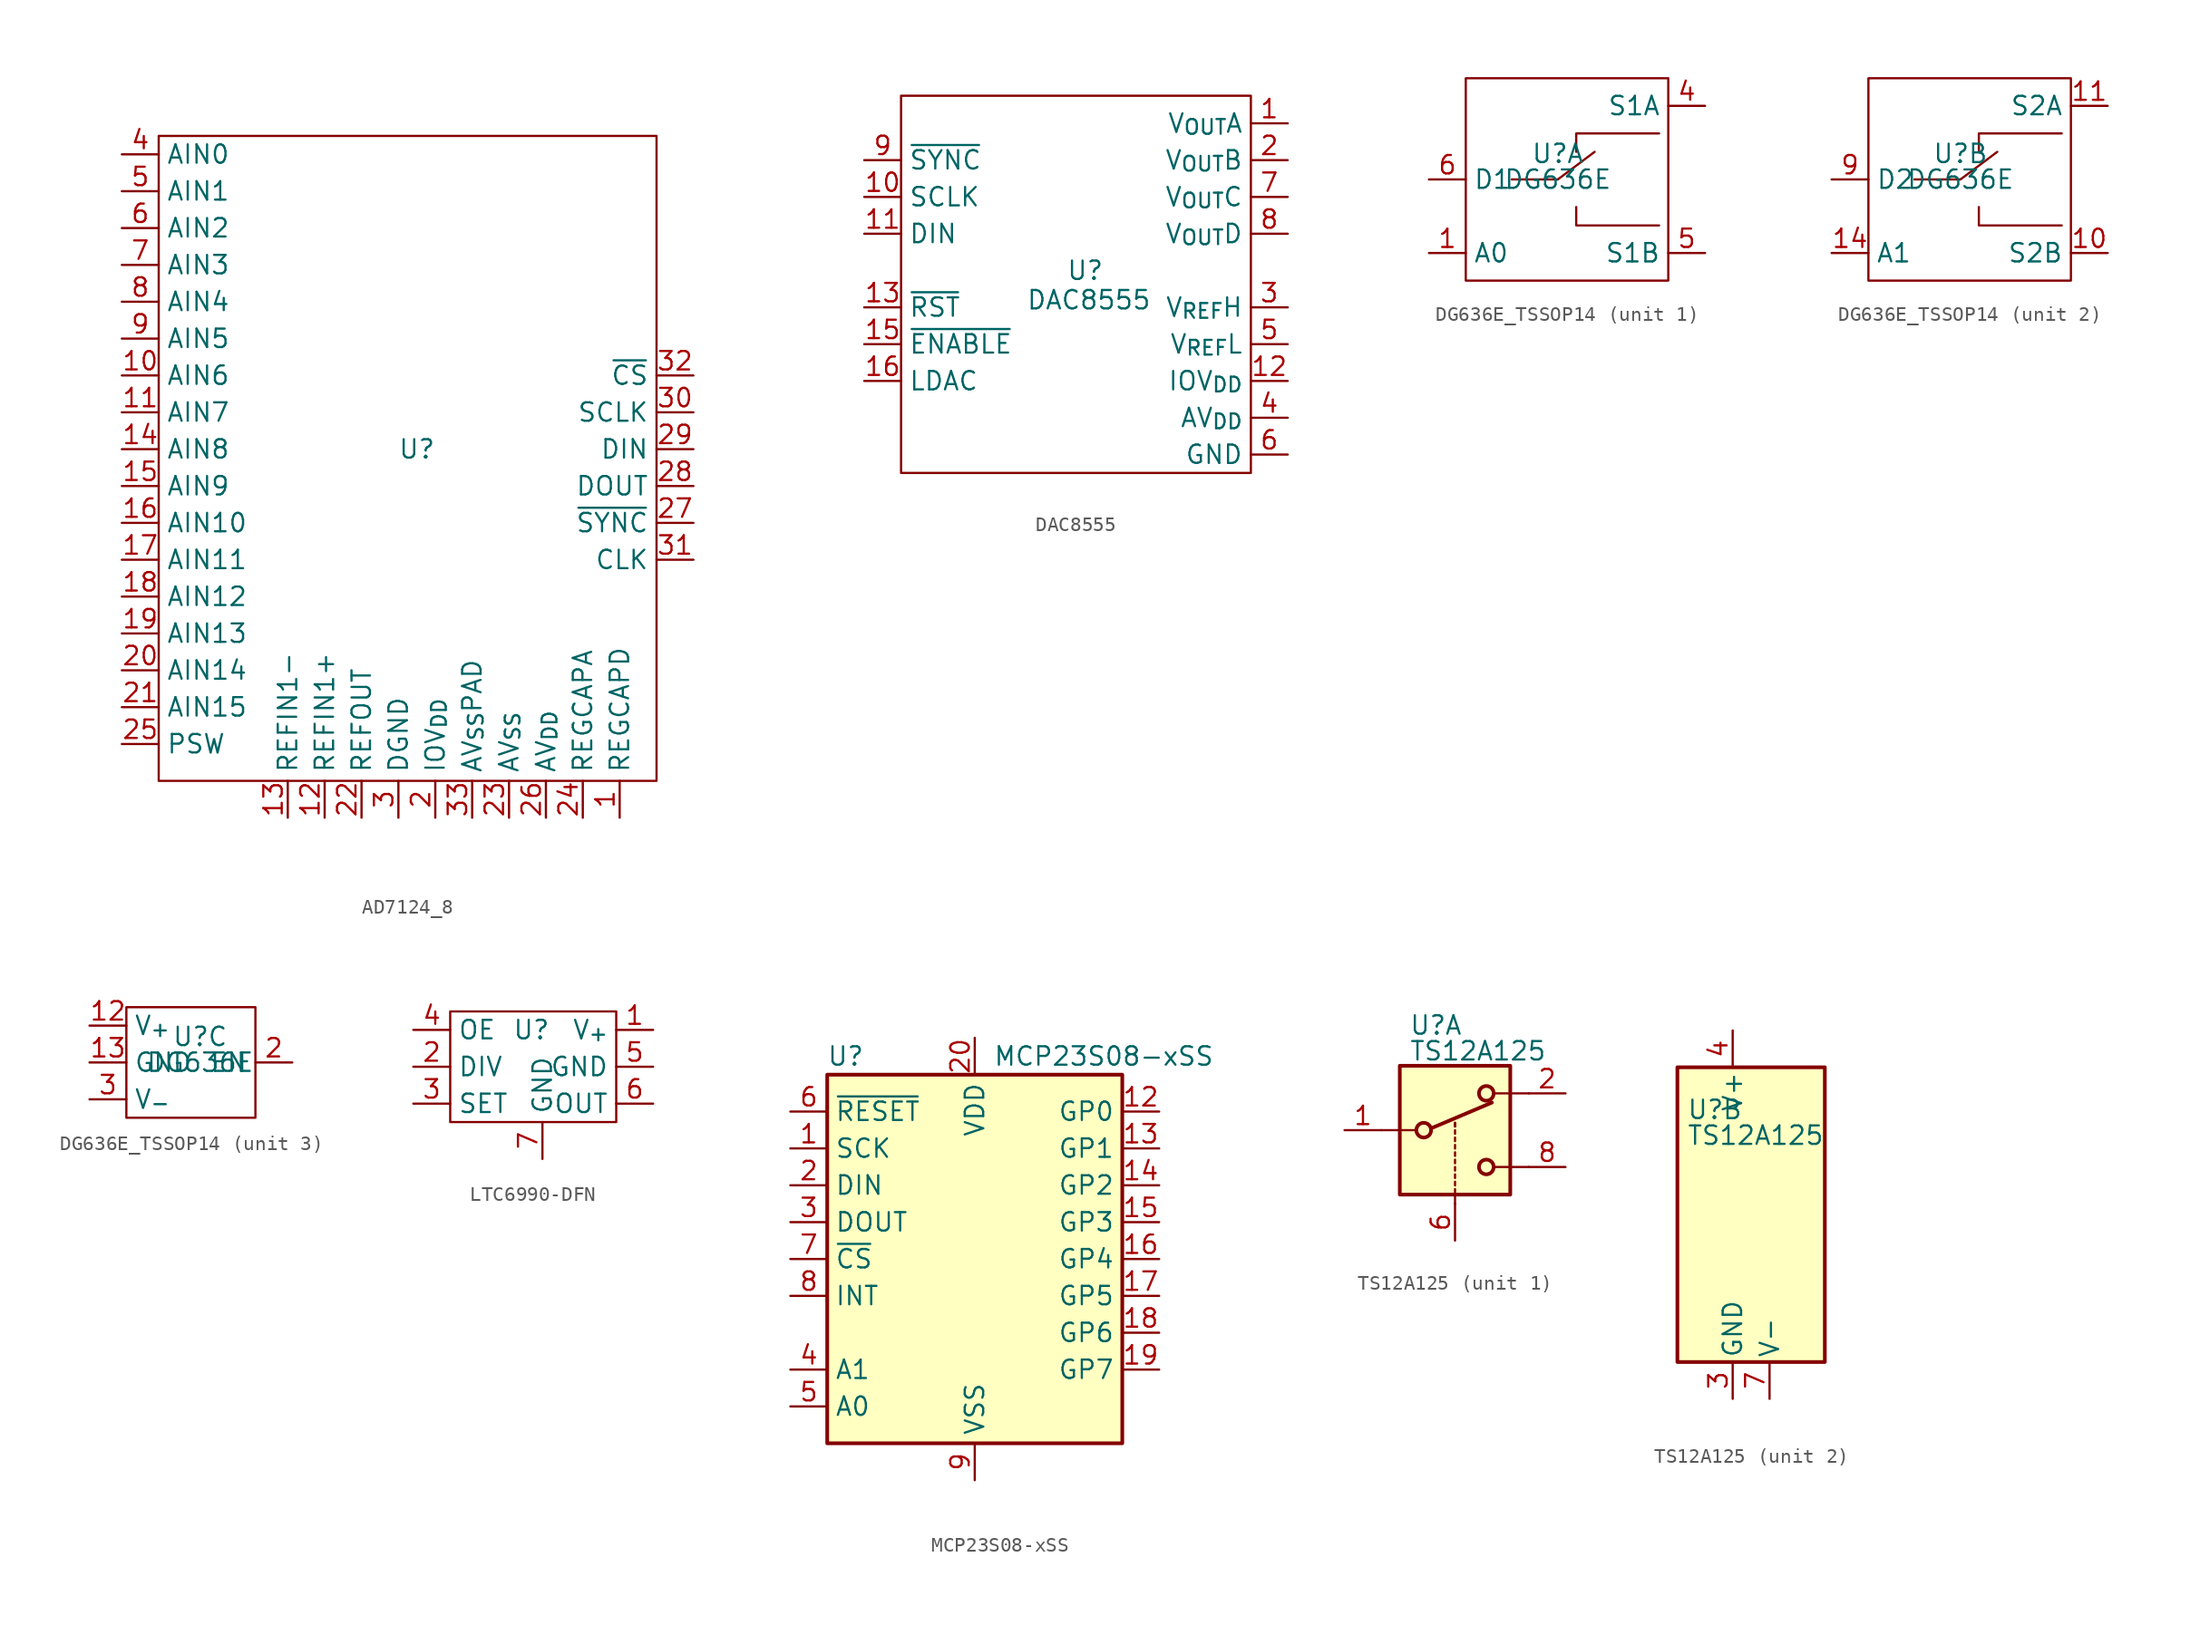
<source format=kicad_sym>
(kicad_symbol_lib
  (version 20241209)
  (generator "kicad_symbol_editor")
  (generator_version "9.0")
  (symbol "AD7124_8"
    (property "Reference" "U"
      (at 0 0 0)
      (effects (font (size 1.27 1.27))))
    (property "Value" ""
      (at 0 0 0)
      (effects (font (size 1.27 1.27))))
    (symbol "AD7124_8_0_1"
      (rectangle (start -17.78 21.59) (end 16.51 -22.86) (stroke (width 0) (type default)) (fill (type none))))
    (symbol "AD7124_8_1_1"
      (pin input line (at -20.32 20.32 0) (length 2.54) (name "AIN0" (effects (font (size 1.27 1.27)))) (number "4" (effects (font (size 1.27 1.27)))))
      (pin input line (at -20.32 17.78 0) (length 2.54) (name "AIN1" (effects (font (size 1.27 1.27)))) (number "5" (effects (font (size 1.27 1.27)))))
      (pin input line (at -20.32 15.24 0) (length 2.54) (name "AIN2" (effects (font (size 1.27 1.27)))) (number "6" (effects (font (size 1.27 1.27)))))
      (pin input line (at -20.32 12.7 0) (length 2.54) (name "AIN3" (effects (font (size 1.27 1.27)))) (number "7" (effects (font (size 1.27 1.27)))))
      (pin input line (at -20.32 10.16 0) (length 2.54) (name "AIN4" (effects (font (size 1.27 1.27)))) (number "8" (effects (font (size 1.27 1.27)))))
      (pin input line (at -20.32 7.62 0) (length 2.54) (name "AIN5" (effects (font (size 1.27 1.27)))) (number "9" (effects (font (size 1.27 1.27)))))
      (pin input line (at -20.32 5.08 0) (length 2.54) (name "AIN6" (effects (font (size 1.27 1.27)))) (number "10" (effects (font (size 1.27 1.27)))))
      (pin input line (at -20.32 2.54 0) (length 2.54) (name "AIN7" (effects (font (size 1.27 1.27)))) (number "11" (effects (font (size 1.27 1.27)))))
      (pin input line (at -20.32 0 0) (length 2.54) (name "AIN8" (effects (font (size 1.27 1.27)))) (number "14" (effects (font (size 1.27 1.27)))))
      (pin input line (at -20.32 -2.54 0) (length 2.54) (name "AIN9" (effects (font (size 1.27 1.27)))) (number "15" (effects (font (size 1.27 1.27)))))
      (pin input line (at -20.32 -5.08 0) (length 2.54) (name "AIN10" (effects (font (size 1.27 1.27)))) (number "16" (effects (font (size 1.27 1.27)))))
      (pin input line (at -20.32 -7.62 0) (length 2.54) (name "AIN11" (effects (font (size 1.27 1.27)))) (number "17" (effects (font (size 1.27 1.27)))))
      (pin input line (at -20.32 -10.16 0) (length 2.54) (name "AIN12" (effects (font (size 1.27 1.27)))) (number "18" (effects (font (size 1.27 1.27)))))
      (pin input line (at -20.32 -12.7 0) (length 2.54) (name "AIN13" (effects (font (size 1.27 1.27)))) (number "19" (effects (font (size 1.27 1.27)))))
      (pin input line (at -20.32 -15.24 0) (length 2.54) (name "AIN14" (effects (font (size 1.27 1.27)))) (number "20" (effects (font (size 1.27 1.27)))))
      (pin input line (at -20.32 -17.78 0) (length 2.54) (name "AIN15" (effects (font (size 1.27 1.27)))) (number "21" (effects (font (size 1.27 1.27)))))
      (pin input line (at -20.32 -20.32 0) (length 2.54) (name "PSW" (effects (font (size 1.27 1.27)))) (number "25" (effects (font (size 1.27 1.27)))))
      (pin input line (at -8.89 -25.4 90) (length 2.54) (name "REFIN1-" (effects (font (size 1.27 1.27)))) (number "13" (effects (font (size 1.27 1.27)))))
      (pin input line (at -6.35 -25.4 90) (length 2.54) (name "REFIN1+" (effects (font (size 1.27 1.27)))) (number "12" (effects (font (size 1.27 1.27)))))
      (pin input line (at -3.81 -25.4 90) (length 2.54) (name "REFOUT" (effects (font (size 1.27 1.27)))) (number "22" (effects (font (size 1.27 1.27)))))
      (pin input line (at -1.27 -25.4 90) (length 2.54) (name "DGND" (effects (font (size 1.27 1.27)))) (number "3" (effects (font (size 1.27 1.27)))))
      (pin input line (at 1.27 -25.4 90) (length 2.54) (name "IOV_{DD}" (effects (font (size 1.27 1.27)))) (number "2" (effects (font (size 1.27 1.27)))))
      (pin input line (at 3.81 -25.4 90) (length 2.54) (name "AV_{SS}PAD" (effects (font (size 1.27 1.27)))) (number "33" (effects (font (size 1.27 1.27)))))
      (pin input line (at 6.35 -25.4 90) (length 2.54) (name "AV_{SS}" (effects (font (size 1.27 1.27)))) (number "23" (effects (font (size 1.27 1.27)))))
      (pin input line (at 8.89 -25.4 90) (length 2.54) (name "AV_{DD}" (effects (font (size 1.27 1.27)))) (number "26" (effects (font (size 1.27 1.27)))))
      (pin input line (at 11.43 -25.4 90) (length 2.54) (name "REGCAPA" (effects (font (size 1.27 1.27)))) (number "24" (effects (font (size 1.27 1.27)))))
      (pin input line (at 13.97 -25.4 90) (length 2.54) (name "REGCAPD" (effects (font (size 1.27 1.27)))) (number "1" (effects (font (size 1.27 1.27)))))
      (pin input line (at 19.05 5.08 180) (length 2.54) (name "~{CS}" (effects (font (size 1.27 1.27)))) (number "32" (effects (font (size 1.27 1.27)))))
      (pin input line (at 19.05 2.54 180) (length 2.54) (name "SCLK" (effects (font (size 1.27 1.27)))) (number "30" (effects (font (size 1.27 1.27)))))
      (pin input line (at 19.05 0 180) (length 2.54) (name "DIN" (effects (font (size 1.27 1.27)))) (number "29" (effects (font (size 1.27 1.27)))))
      (pin input line (at 19.05 -2.54 180) (length 2.54) (name "DOUT" (effects (font (size 1.27 1.27)))) (number "28" (effects (font (size 1.27 1.27)))))
      (pin input line (at 19.05 -5.08 180) (length 2.54) (name "~{SYNC}" (effects (font (size 1.27 1.27)))) (number "27" (effects (font (size 1.27 1.27)))))
      (pin input line (at 19.05 -7.62 180) (length 2.54) (name "CLK" (effects (font (size 1.27 1.27)))) (number "31" (effects (font (size 1.27 1.27)))))))
  (symbol "DAC8555"
    (property "Reference" "U"
      (at 0 0 0)
      (effects (font (size 1.27 1.27))))
    (property "Value" "DAC8555"
      (at 0.254 -2.032 0)
      (effects (font (size 1.27 1.27))))
    (symbol "DAC8555_0_1"
      (rectangle (start 11.43 12.065) (end -12.7 -13.97) (stroke (width 0) (type default)) (fill (type none))))
    (symbol "DAC8555_1_1"
      (pin input line (at -15.24 7.62 0) (length 2.54) (name "~{SYNC}" (effects (font (size 1.27 1.27)))) (number "9" (effects (font (size 1.27 1.27)))))
      (pin input line (at -15.24 5.08 0) (length 2.54) (name "SCLK" (effects (font (size 1.27 1.27)))) (number "10" (effects (font (size 1.27 1.27)))))
      (pin input line (at -15.24 2.54 0) (length 2.54) (name "DIN" (effects (font (size 1.27 1.27)))) (number "11" (effects (font (size 1.27 1.27)))))
      (pin input line (at -15.24 -2.54 0) (length 2.54) (name "~{RST}" (effects (font (size 1.27 1.27)))) (number "13" (effects (font (size 1.27 1.27)))))
      (pin input line (at -15.24 -5.08 0) (length 2.54) (name "~{ENABLE}" (effects (font (size 1.27 1.27)))) (number "15" (effects (font (size 1.27 1.27)))))
      (pin input line (at -15.24 -7.62 0) (length 2.54) (name "LDAC" (effects (font (size 1.27 1.27)))) (number "16" (effects (font (size 1.27 1.27)))))
      (pin input line (at 13.97 10.16 180) (length 2.54) (name "V_{OUT}A" (effects (font (size 1.27 1.27)))) (number "1" (effects (font (size 1.27 1.27)))))
      (pin input line (at 13.97 7.62 180) (length 2.54) (name "V_{OUT}B" (effects (font (size 1.27 1.27)))) (number "2" (effects (font (size 1.27 1.27)))))
      (pin input line (at 13.97 5.08 180) (length 2.54) (name "V_{OUT}C" (effects (font (size 1.27 1.27)))) (number "7" (effects (font (size 1.27 1.27)))))
      (pin input line (at 13.97 2.54 180) (length 2.54) (name "V_{OUT}D" (effects (font (size 1.27 1.27)))) (number "8" (effects (font (size 1.27 1.27)))))
      (pin input line (at 13.97 -2.54 180) (length 2.54) (name "V_{REF}H" (effects (font (size 1.27 1.27)))) (number "3" (effects (font (size 1.27 1.27)))))
      (pin input line (at 13.97 -5.08 180) (length 2.54) (name "V_{REF}L" (effects (font (size 1.27 1.27)))) (number "5" (effects (font (size 1.27 1.27)))))
      (pin input line (at 13.97 -7.62 180) (length 2.54) (name "IOV_{DD}" (effects (font (size 1.27 1.27)))) (number "12" (effects (font (size 1.27 1.27)))))
      (pin input line (at 13.97 -10.16 180) (length 2.54) (name "AV_{DD}" (effects (font (size 1.27 1.27)))) (number "4" (effects (font (size 1.27 1.27)))))
      (pin input line (at 13.97 -12.7 180) (length 2.54) (name "GND" (effects (font (size 1.27 1.27)))) (number "6" (effects (font (size 1.27 1.27)))))))
  (symbol "DG636E_TSSOP14"
    (property "Reference" "U"
      (at 0 1.778 0)
      (effects (font (size 1.27 1.27))))
    (property "Value" "DG636E"
      (at 0 0 0)
      (effects (font (size 1.27 1.27))))
    (property "ki_locked" ""
      (at 0 0 0)
      (effects (font (size 1.27 1.27))))
    (symbol "DG636E_TSSOP14_1_1"
      (rectangle (start -6.35 6.985) (end 7.62 -6.985) (stroke (width 0) (type default)) (fill (type none)))
      (polyline (pts (xy -3.175 0) (xy 0 0)) (stroke (width 0) (type default)) (fill (type none)))
      (polyline (pts (xy 0 0) (xy 2.54 1.905)) (stroke (width 0) (type default)) (fill (type none)))
      (polyline (pts (xy 1.27 1.905) (xy 1.27 3.175) (xy 6.985 3.175)) (stroke (width 0) (type default)) (fill (type none)))
      (polyline (pts (xy 1.27 -1.905) (xy 1.27 -3.175) (xy 6.985 -3.175)) (stroke (width 0) (type default)) (fill (type none)))
      (pin input line (at -8.89 0 0) (length 2.54) (name "D1" (effects (font (size 1.27 1.27)))) (number "6" (effects (font (size 1.27 1.27)))))
      (pin input line (at -8.89 -5.08 0) (length 2.54) (name "A0" (effects (font (size 1.27 1.27)))) (number "1" (effects (font (size 1.27 1.27)))))
      (pin input line (at 10.16 5.08 180) (length 2.54) (name "S1A" (effects (font (size 1.27 1.27)))) (number "4" (effects (font (size 1.27 1.27)))))
      (pin input line (at 10.16 -5.08 180) (length 2.54) (name "S1B" (effects (font (size 1.27 1.27)))) (number "5" (effects (font (size 1.27 1.27))))))
    (symbol "DG636E_TSSOP14_2_1"
      (rectangle (start -6.35 6.985) (end 7.62 -6.985) (stroke (width 0) (type default)) (fill (type none)))
      (polyline (pts (xy -3.175 0) (xy 0 0)) (stroke (width 0) (type default)) (fill (type none)))
      (polyline (pts (xy 0 0) (xy 2.54 1.905)) (stroke (width 0) (type default)) (fill (type none)))
      (polyline (pts (xy 1.27 1.905) (xy 1.27 3.175) (xy 6.985 3.175)) (stroke (width 0) (type default)) (fill (type none)))
      (polyline (pts (xy 1.27 -1.905) (xy 1.27 -3.175) (xy 6.985 -3.175)) (stroke (width 0) (type default)) (fill (type none)))
      (pin input line (at -8.89 0 0) (length 2.54) (name "D2" (effects (font (size 1.27 1.27)))) (number "9" (effects (font (size 1.27 1.27)))))
      (pin input line (at -8.89 -5.08 0) (length 2.54) (name "A1" (effects (font (size 1.27 1.27)))) (number "14" (effects (font (size 1.27 1.27)))))
      (pin input line (at 10.16 5.08 180) (length 2.54) (name "S2A" (effects (font (size 1.27 1.27)))) (number "11" (effects (font (size 1.27 1.27)))))
      (pin input line (at 10.16 -5.08 180) (length 2.54) (name "S2B" (effects (font (size 1.27 1.27)))) (number "10" (effects (font (size 1.27 1.27))))))
    (symbol "DG636E_TSSOP14_3_1"
      (rectangle (start -5.08 3.81) (end 3.81 -3.81) (stroke (width 0) (type default)) (fill (type none)))
      (pin input line (at -7.62 2.54 0) (length 2.54) (name "V_{+}" (effects (font (size 1.27 1.27)))) (number "12" (effects (font (size 1.27 1.27)))))
      (pin input line (at -7.62 0 0) (length 2.54) (name "GND" (effects (font (size 1.27 1.27)))) (number "13" (effects (font (size 1.27 1.27)))))
      (pin input line (at -7.62 -2.54 0) (length 2.54) (name "V_{-}" (effects (font (size 1.27 1.27)))) (number "3" (effects (font (size 1.27 1.27)))))
      (pin input line (at 6.35 0 180) (length 2.54) (name "EN" (effects (font (size 1.27 1.27)))) (number "2" (effects (font (size 1.27 1.27)))))))
  (symbol "LTC6990-DFN"
    (property "Reference" "U"
      (at -0.762 2.54 0)
      (effects (font (size 1.27 1.27))))
    (property "Value" ""
      (at 0 0 0)
      (effects (font (size 1.27 1.27))))
    (symbol "LTC6990-DFN_0_1"
      (rectangle (start -6.35 3.81) (end 5.08 -3.81) (stroke (width 0) (type default)) (fill (type none))))
    (symbol "LTC6990-DFN_1_1"
      (pin input line (at -8.89 2.54 0) (length 2.54) (name "OE" (effects (font (size 1.27 1.27)))) (number "4" (effects (font (size 1.27 1.27)))))
      (pin input line (at -8.89 0 0) (length 2.54) (name "DIV" (effects (font (size 1.27 1.27)))) (number "2" (effects (font (size 1.27 1.27)))))
      (pin input line (at -8.89 -2.54 0) (length 2.54) (name "SET" (effects (font (size 1.27 1.27)))) (number "3" (effects (font (size 1.27 1.27)))))
      (pin input line (at 0 -6.35 90) (length 2.54) (name "GND" (effects (font (size 1.27 1.27)))) (number "7" (effects (font (size 1.27 1.27)))))
      (pin input line (at 7.62 2.54 180) (length 2.54) (name "V_{+}" (effects (font (size 1.27 1.27)))) (number "1" (effects (font (size 1.27 1.27)))))
      (pin input line (at 7.62 0 180) (length 2.54) (name "GND" (effects (font (size 1.27 1.27)))) (number "5" (effects (font (size 1.27 1.27)))))
      (pin input line (at 7.62 -2.54 180) (length 2.54) (name "OUT" (effects (font (size 1.27 1.27)))) (number "6" (effects (font (size 1.27 1.27)))))))
  (symbol "MCP23S08-xSS"
    (property "Reference" "U"
      (at -8.89 13.97 0)
      (effects (font (size 1.27 1.27))))
    (property "Value" "MCP23S08-xSS"
      (at 8.89 13.97 0)
      (effects (font (size 1.27 1.27))))
    (symbol "MCP23S08-xSS_0_1"
      (rectangle (start -10.16 12.7) (end 10.16 -12.7) (stroke (width 0.254) (type default)) (fill (type background))))
    (symbol "MCP23S08-xSS_1_1"
      (pin input line (at -12.7 10.16 0) (length 2.54) (name "~{RESET}" (effects (font (size 1.27 1.27)))) (number "6" (effects (font (size 1.27 1.27)))))
      (pin input line (at -12.7 7.62 0) (length 2.54) (name "SCK" (effects (font (size 1.27 1.27)))) (number "1" (effects (font (size 1.27 1.27)))))
      (pin bidirectional line (at -12.7 5.08 0) (length 2.54) (name "DIN" (effects (font (size 1.27 1.27)))) (number "2" (effects (font (size 1.27 1.27)))))
      (pin bidirectional line (at -12.7 2.54 0) (length 2.54) (name "DOUT" (effects (font (size 1.27 1.27)))) (number "3" (effects (font (size 1.27 1.27)))))
      (pin input line (at -12.7 0 0) (length 2.54) (name "~{CS}" (effects (font (size 1.27 1.27)))) (number "7" (effects (font (size 1.27 1.27)))))
      (pin output line (at -12.7 -2.54 0) (length 2.54) (name "INT" (effects (font (size 1.27 1.27)))) (number "8" (effects (font (size 1.27 1.27)))) (alternate "INT" open_collector line))
      (pin input line (at -12.7 -7.62 0) (length 2.54) (name "A1" (effects (font (size 1.27 1.27)))) (number "4" (effects (font (size 1.27 1.27)))))
      (pin input line (at -12.7 -10.16 0) (length 2.54) (name "A0" (effects (font (size 1.27 1.27)))) (number "5" (effects (font (size 1.27 1.27)))))
      (pin power_in line (at 0 15.24 270) (length 2.54) (name "VDD" (effects (font (size 1.27 1.27)))) (number "20" (effects (font (size 1.27 1.27)))))
      (pin power_in line (at 0 -15.24 90) (length 2.54) (name "VSS" (effects (font (size 1.27 1.27)))) (number "9" (effects (font (size 1.27 1.27)))))
      (pin bidirectional line (at 12.7 10.16 180) (length 2.54) (name "GP0" (effects (font (size 1.27 1.27)))) (number "12" (effects (font (size 1.27 1.27)))))
      (pin bidirectional line (at 12.7 7.62 180) (length 2.54) (name "GP1" (effects (font (size 1.27 1.27)))) (number "13" (effects (font (size 1.27 1.27)))))
      (pin bidirectional line (at 12.7 5.08 180) (length 2.54) (name "GP2" (effects (font (size 1.27 1.27)))) (number "14" (effects (font (size 1.27 1.27)))))
      (pin bidirectional line (at 12.7 2.54 180) (length 2.54) (name "GP3" (effects (font (size 1.27 1.27)))) (number "15" (effects (font (size 1.27 1.27)))))
      (pin bidirectional line (at 12.7 0 180) (length 2.54) (name "GP4" (effects (font (size 1.27 1.27)))) (number "16" (effects (font (size 1.27 1.27)))))
      (pin bidirectional line (at 12.7 -2.54 180) (length 2.54) (name "GP5" (effects (font (size 1.27 1.27)))) (number "17" (effects (font (size 1.27 1.27)))))
      (pin bidirectional line (at 12.7 -5.08 180) (length 2.54) (name "GP6" (effects (font (size 1.27 1.27)))) (number "18" (effects (font (size 1.27 1.27)))))
      (pin bidirectional line (at 12.7 -7.62 180) (length 2.54) (name "GP7" (effects (font (size 1.27 1.27)))) (number "19" (effects (font (size 1.27 1.27)))))))
  (symbol "TS12A125"
    (pin_names
      (offset 0.254))
    (property "Reference" "U"
      (at -3.175 7.239 0)
      (effects (font (size 1.27 1.27)) (justify left)))
    (property "Value" "TS12A125"
      (at -3.175 5.461 0)
      (effects (font (size 1.27 1.27)) (justify left)))
    (symbol "TS12A125_1_1"
      (polyline (pts (xy -5.08 0) (xy -2.794 0)) (stroke (width 0) (type default)) (fill (type none)))
      (rectangle (start -3.81 4.445) (end 3.81 -4.445) (stroke (width 0.254) (type default)) (fill (type background)))
      (circle (center -2.159 0) (radius 0.508) (stroke (width 0.254) (type default)) (fill (type none)))
      (polyline (pts (xy -1.651 0.127) (xy 2.54 1.905)) (stroke (width 0.254) (type default)) (fill (type none)))
      (polyline (pts (xy 0 0.254) (xy 0 0.508)) (stroke (width 0) (type default)) (fill (type none)))
      (polyline (pts (xy 0 0.254) (xy 0 0.508)) (stroke (width 0) (type default)) (fill (type none)))
      (polyline (pts (xy 0 -0.254) (xy 0 0)) (stroke (width 0) (type default)) (fill (type none)))
      (polyline (pts (xy 0 -0.762) (xy 0 -0.508)) (stroke (width 0) (type default)) (fill (type none)))
      (polyline (pts (xy 0 -1.27) (xy 0 -1.016)) (stroke (width 0) (type default)) (fill (type none)))
      (polyline (pts (xy 0 -1.778) (xy 0 -1.524)) (stroke (width 0) (type default)) (fill (type none)))
      (polyline (pts (xy 0 -2.286) (xy 0 -2.032)) (stroke (width 0) (type default)) (fill (type none)))
      (polyline (pts (xy 0 -2.794) (xy 0 -2.54)) (stroke (width 0) (type default)) (fill (type none)))
      (polyline (pts (xy 0 -3.302) (xy 0 -3.048)) (stroke (width 0) (type default)) (fill (type none)))
      (polyline (pts (xy 0 -3.81) (xy 0 -3.556)) (stroke (width 0) (type default)) (fill (type none)))
      (polyline (pts (xy 0 -4.318) (xy 0 -4.064)) (stroke (width 0) (type default)) (fill (type none)))
      (polyline (pts (xy 0 -5.08) (xy 0 -4.572)) (stroke (width 0) (type default)) (fill (type none)))
      (circle (center 2.159 2.54) (radius 0.508) (stroke (width 0.254) (type default)) (fill (type none)))
      (circle (center 2.159 -2.54) (radius 0.508) (stroke (width 0.254) (type default)) (fill (type none)))
      (polyline (pts (xy 5.08 2.54) (xy 2.794 2.54)) (stroke (width 0) (type default)) (fill (type none)))
      (polyline (pts (xy 5.08 -2.54) (xy 2.794 -2.54)) (stroke (width 0) (type default)) (fill (type none)))
      (pin passive line (at -7.62 0 0) (length 2.54) (name "~" (effects (font (size 1.27 1.27)))) (number "1" (effects (font (size 1.27 1.27)))))
      (pin input line (at 0 -7.62 90) (length 2.54) (name "~" (effects (font (size 1.27 1.27)))) (number "6" (effects (font (size 1.27 1.27)))))
      (pin passive line (at 7.62 2.54 180) (length 2.54) (name "~" (effects (font (size 1.27 1.27)))) (number "2" (effects (font (size 1.27 1.27)))))
      (pin passive line (at 7.62 -2.54 180) (length 2.54) (name "~" (effects (font (size 1.27 1.27)))) (number "8" (effects (font (size 1.27 1.27))))))
    (symbol "TS12A125_2_0"
      (pin power_in line (at 0 12.7 270) (length 2.54) (name "V+" (effects (font (size 1.27 1.27)))) (number "4" (effects (font (size 1.27 1.27)))))
      (pin power_in line (at 0 -12.7 90) (length 2.54) (name "GND" (effects (font (size 1.27 1.27)))) (number "3" (effects (font (size 1.27 1.27)))))
      (pin power_in line (at 2.54 -12.7 90) (length 2.54) (name "V-" (effects (font (size 1.27 1.27)))) (number "7" (effects (font (size 1.27 1.27))))))
    (symbol "TS12A125_2_1"
      (rectangle (start -3.81 10.16) (end 6.35 -10.16) (stroke (width 0.254) (type default)) (fill (type background))))))
</source>
